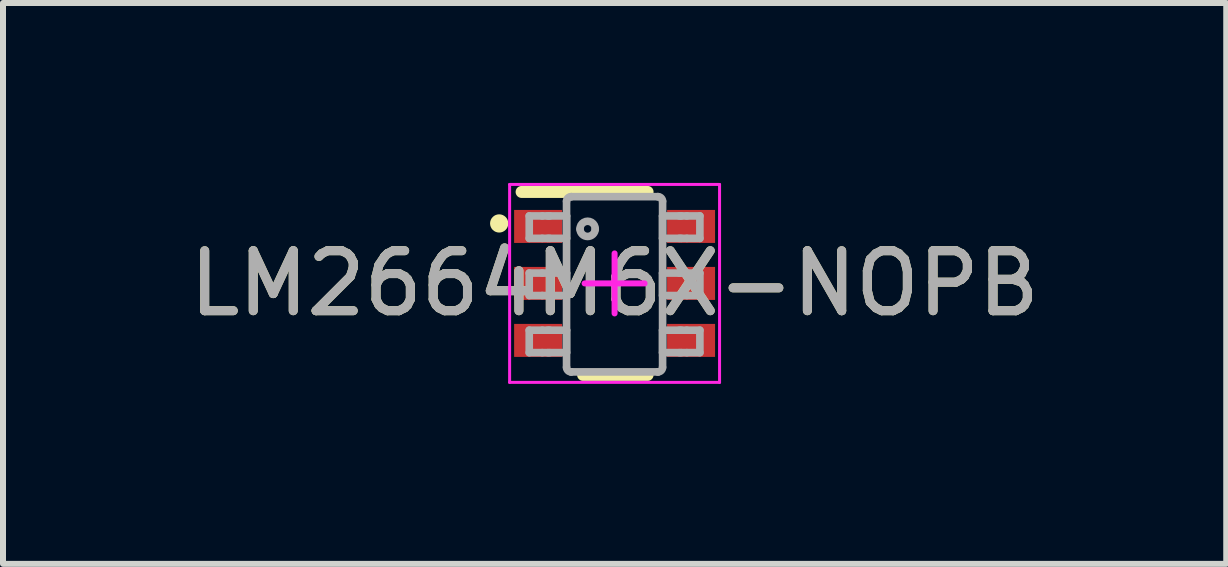
<source format=kicad_pcb>
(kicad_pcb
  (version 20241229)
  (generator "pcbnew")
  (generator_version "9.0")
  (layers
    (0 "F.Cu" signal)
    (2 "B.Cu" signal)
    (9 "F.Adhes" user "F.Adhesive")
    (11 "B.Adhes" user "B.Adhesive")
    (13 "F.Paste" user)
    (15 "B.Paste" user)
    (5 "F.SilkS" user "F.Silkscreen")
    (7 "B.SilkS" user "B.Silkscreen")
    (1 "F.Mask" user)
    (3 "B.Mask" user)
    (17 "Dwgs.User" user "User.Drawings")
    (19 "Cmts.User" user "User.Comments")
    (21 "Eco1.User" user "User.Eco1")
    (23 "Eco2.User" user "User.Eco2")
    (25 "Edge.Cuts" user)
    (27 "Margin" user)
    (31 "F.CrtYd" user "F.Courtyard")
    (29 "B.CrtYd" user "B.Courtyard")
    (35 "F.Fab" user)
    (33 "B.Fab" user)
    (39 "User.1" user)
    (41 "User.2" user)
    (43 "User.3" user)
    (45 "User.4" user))
  (footprint "LM2664M6X-NOPB"
    (layer "F.Cu")
    (at 7.196 1.675)
    (property "Reference" "LM2664M6X-NOPB" (at 0 0 0) (unlocked yes) (layer "F.SilkS") (effects (font (size 1 1) (thickness 0.15))))
    (attr smd)
    (fp_line (start -1.55 -1.525) (end 0.55 -1.525) (stroke (width 0.2) (type solid)) (layer "F.SilkS"))
    (fp_line (start -0.525 1.525) (end 0.55 1.525) (stroke (width 0.2) (type solid)) (layer "F.SilkS"))
    (fp_circle (center -1.924 -1) (end -1.848 -1) (stroke (width 0.152) (type solid)) (fill no) (layer "F.SilkS"))
    (fp_line (start -1.75 -1.65) (end 1.75 -1.65) (stroke (width 0.05) (type solid)) (layer "F.CrtYd"))
    (fp_line (start -1.75 1.65) (end -1.75 -1.65) (stroke (width 0.05) (type solid)) (layer "F.CrtYd"))
    (fp_line (start -1.75 1.65) (end 1.75 1.65) (stroke (width 0.05) (type solid)) (layer "F.CrtYd"))
    (fp_line (start -0.5 0) (end 0.5 0) (stroke (width 0.1) (type solid)) (layer "F.CrtYd"))
    (fp_line (start 0 0.5) (end 0 -0.5) (stroke (width 0.1) (type solid)) (layer "F.CrtYd"))
    (fp_line (start 1.75 1.65) (end 1.75 -1.65) (stroke (width 0.05) (type solid)) (layer "F.CrtYd"))
    (fp_line (start -1.423 -1.125) (end -1.206 -1.125) (stroke (width 0.127) (type solid)) (layer "F.Fab"))
    (fp_line (start -1.423 -0.751) (end -1.423 -1.125) (stroke (width 0.127) (type solid)) (layer "F.Fab"))
    (fp_line (start -1.423 -0.751) (end -1.206 -0.751) (stroke (width 0.127) (type solid)) (layer "F.Fab"))
    (fp_line (start -1.423 -0.173) (end -1.206 -0.173) (stroke (width 0.127) (type solid)) (layer "F.Fab"))
    (fp_line (start -1.423 0.202) (end -1.423 -0.173) (stroke (width 0.127) (type solid)) (layer "F.Fab"))
    (fp_line (start -1.423 0.202) (end -1.206 0.202) (stroke (width 0.127) (type solid)) (layer "F.Fab"))
    (fp_line (start -1.423 0.78) (end -1.206 0.78) (stroke (width 0.127) (type solid)) (layer "F.Fab"))
    (fp_line (start -1.423 1.154) (end -1.423 0.78) (stroke (width 0.127) (type solid)) (layer "F.Fab"))
    (fp_line (start -1.423 1.154) (end -1.206 1.154) (stroke (width 0.127) (type solid)) (layer "F.Fab"))
    (fp_line (start -1.206 -1.125) (end -1.113 -1.125) (stroke (width 0.127) (type solid)) (layer "F.Fab"))
    (fp_line (start -1.206 -0.751) (end -1.113 -0.751) (stroke (width 0.127) (type solid)) (layer "F.Fab"))
    (fp_line (start -1.206 -0.173) (end -1.113 -0.173) (stroke (width 0.127) (type solid)) (layer "F.Fab"))
    (fp_line (start -1.206 0.202) (end -1.113 0.202) (stroke (width 0.127) (type solid)) (layer "F.Fab"))
    (fp_line (start -1.206 0.78) (end -1.113 0.78) (stroke (width 0.127) (type solid)) (layer "F.Fab"))
    (fp_line (start -1.206 1.154) (end -1.113 1.154) (stroke (width 0.127) (type solid)) (layer "F.Fab"))
    (fp_line (start -1.113 -1.125) (end -1.081 -1.125) (stroke (width 0.127) (type solid)) (layer "F.Fab"))
    (fp_line (start -1.113 -0.751) (end -1.081 -0.751) (stroke (width 0.127) (type solid)) (layer "F.Fab"))
    (fp_line (start -1.113 -0.173) (end -1.081 -0.173) (stroke (width 0.127) (type solid)) (layer "F.Fab"))
    (fp_line (start -1.113 0.202) (end -1.081 0.202) (stroke (width 0.127) (type solid)) (layer "F.Fab"))
    (fp_line (start -1.113 0.78) (end -1.081 0.78) (stroke (width 0.127) (type solid)) (layer "F.Fab"))
    (fp_line (start -1.113 1.154) (end -1.081 1.154) (stroke (width 0.127) (type solid)) (layer "F.Fab"))
    (fp_line (start -1.081 -1.125) (end -0.828 -1.125) (stroke (width 0.127) (type solid)) (layer "F.Fab"))
    (fp_line (start -1.081 -0.751) (end -0.828 -0.751) (stroke (width 0.127) (type solid)) (layer "F.Fab"))
    (fp_line (start -1.081 -0.173) (end -0.828 -0.173) (stroke (width 0.127) (type solid)) (layer "F.Fab"))
    (fp_line (start -1.081 0.202) (end -0.828 0.202) (stroke (width 0.127) (type solid)) (layer "F.Fab"))
    (fp_line (start -1.081 0.78) (end -0.828 0.78) (stroke (width 0.127) (type solid)) (layer "F.Fab"))
    (fp_line (start -1.081 1.154) (end -0.828 1.154) (stroke (width 0.127) (type solid)) (layer "F.Fab"))
    (fp_line (start -0.828 -1.125) (end -0.801 -1.125) (stroke (width 0.127) (type solid)) (layer "F.Fab"))
    (fp_line (start -0.828 -0.751) (end -0.801 -0.751) (stroke (width 0.127) (type solid)) (layer "F.Fab"))
    (fp_line (start -0.828 -0.173) (end -0.801 -0.173) (stroke (width 0.127) (type solid)) (layer "F.Fab"))
    (fp_line (start -0.828 0.202) (end -0.801 0.202) (stroke (width 0.127) (type solid)) (layer "F.Fab"))
    (fp_line (start -0.828 0.78) (end -0.801 0.78) (stroke (width 0.127) (type solid)) (layer "F.Fab"))
    (fp_line (start -0.828 1.154) (end -0.801 1.154) (stroke (width 0.127) (type solid)) (layer "F.Fab"))
    (fp_line (start -0.801 -0.751) (end -0.801 -1.125) (stroke (width 0.127) (type solid)) (layer "F.Fab"))
    (fp_line (start -0.801 0.202) (end -0.801 -0.173) (stroke (width 0.127) (type solid)) (layer "F.Fab"))
    (fp_line (start -0.801 1.154) (end -0.801 0.78) (stroke (width 0.127) (type solid)) (layer "F.Fab"))
    (fp_line (start -0.801 1.399) (end -0.801 -1.37) (stroke (width 0.127) (type solid)) (layer "F.Fab"))
    (fp_line (start -0.725 -1.446) (end -0.724 -1.446) (stroke (width 0.127) (type solid)) (layer "F.Fab"))
    (fp_line (start -0.725 1.475) (end -0.724 1.475) (stroke (width 0.127) (type solid)) (layer "F.Fab"))
    (fp_line (start -0.724 -1.446) (end 0.723 -1.446) (stroke (width 0.127) (type solid)) (layer "F.Fab"))
    (fp_line (start -0.724 1.475) (end 0.723 1.475) (stroke (width 0.127) (type solid)) (layer "F.Fab"))
    (fp_line (start 0.723 -1.446) (end 0.724 -1.446) (stroke (width 0.127) (type solid)) (layer "F.Fab"))
    (fp_line (start 0.723 1.475) (end 0.724 1.475) (stroke (width 0.127) (type solid)) (layer "F.Fab"))
    (fp_line (start 0.8 -1.125) (end 0.827 -1.125) (stroke (width 0.127) (type solid)) (layer "F.Fab"))
    (fp_line (start 0.8 -0.751) (end 0.8 -1.125) (stroke (width 0.127) (type solid)) (layer "F.Fab"))
    (fp_line (start 0.8 -0.751) (end 0.827 -0.751) (stroke (width 0.127) (type solid)) (layer "F.Fab"))
    (fp_line (start 0.8 -0.173) (end 0.827 -0.173) (stroke (width 0.127) (type solid)) (layer "F.Fab"))
    (fp_line (start 0.8 0.202) (end 0.8 -0.173) (stroke (width 0.127) (type solid)) (layer "F.Fab"))
    (fp_line (start 0.8 0.202) (end 0.827 0.202) (stroke (width 0.127) (type solid)) (layer "F.Fab"))
    (fp_line (start 0.8 0.78) (end 0.827 0.78) (stroke (width 0.127) (type solid)) (layer "F.Fab"))
    (fp_line (start 0.8 1.154) (end 0.8 0.78) (stroke (width 0.127) (type solid)) (layer "F.Fab"))
    (fp_line (start 0.8 1.154) (end 0.827 1.154) (stroke (width 0.127) (type solid)) (layer "F.Fab"))
    (fp_line (start 0.8 1.399) (end 0.8 -1.37) (stroke (width 0.127) (type solid)) (layer "F.Fab"))
    (fp_line (start 0.827 -1.125) (end 1.08 -1.125) (stroke (width 0.127) (type solid)) (layer "F.Fab"))
    (fp_line (start 0.827 -0.751) (end 1.08 -0.751) (stroke (width 0.127) (type solid)) (layer "F.Fab"))
    (fp_line (start 0.827 -0.173) (end 1.08 -0.173) (stroke (width 0.127) (type solid)) (layer "F.Fab"))
    (fp_line (start 0.827 0.202) (end 1.08 0.202) (stroke (width 0.127) (type solid)) (layer "F.Fab"))
    (fp_line (start 0.827 0.78) (end 1.08 0.78) (stroke (width 0.127) (type solid)) (layer "F.Fab"))
    (fp_line (start 0.827 1.154) (end 1.08 1.154) (stroke (width 0.127) (type solid)) (layer "F.Fab"))
    (fp_line (start 1.08 -1.125) (end 1.112 -1.125) (stroke (width 0.127) (type solid)) (layer "F.Fab"))
    (fp_line (start 1.08 -0.751) (end 1.112 -0.751) (stroke (width 0.127) (type solid)) (layer "F.Fab"))
    (fp_line (start 1.08 -0.173) (end 1.112 -0.173) (stroke (width 0.127) (type solid)) (layer "F.Fab"))
    (fp_line (start 1.08 0.202) (end 1.112 0.202) (stroke (width 0.127) (type solid)) (layer "F.Fab"))
    (fp_line (start 1.08 0.78) (end 1.112 0.78) (stroke (width 0.127) (type solid)) (layer "F.Fab"))
    (fp_line (start 1.08 1.154) (end 1.112 1.154) (stroke (width 0.127) (type solid)) (layer "F.Fab"))
    (fp_line (start 1.112 -1.125) (end 1.205 -1.125) (stroke (width 0.127) (type solid)) (layer "F.Fab"))
    (fp_line (start 1.112 -0.751) (end 1.205 -0.751) (stroke (width 0.127) (type solid)) (layer "F.Fab"))
    (fp_line (start 1.112 -0.173) (end 1.205 -0.173) (stroke (width 0.127) (type solid)) (layer "F.Fab"))
    (fp_line (start 1.112 0.202) (end 1.205 0.202) (stroke (width 0.127) (type solid)) (layer "F.Fab"))
    (fp_line (start 1.112 0.78) (end 1.205 0.78) (stroke (width 0.127) (type solid)) (layer "F.Fab"))
    (fp_line (start 1.112 1.154) (end 1.205 1.154) (stroke (width 0.127) (type solid)) (layer "F.Fab"))
    (fp_line (start 1.205 -1.125) (end 1.422 -1.125) (stroke (width 0.127) (type solid)) (layer "F.Fab"))
    (fp_line (start 1.205 -0.751) (end 1.422 -0.751) (stroke (width 0.127) (type solid)) (layer "F.Fab"))
    (fp_line (start 1.205 -0.173) (end 1.422 -0.173) (stroke (width 0.127) (type solid)) (layer "F.Fab"))
    (fp_line (start 1.205 0.202) (end 1.422 0.202) (stroke (width 0.127) (type solid)) (layer "F.Fab"))
    (fp_line (start 1.205 0.78) (end 1.422 0.78) (stroke (width 0.127) (type solid)) (layer "F.Fab"))
    (fp_line (start 1.205 1.154) (end 1.422 1.154) (stroke (width 0.127) (type solid)) (layer "F.Fab"))
    (fp_line (start 1.422 -0.751) (end 1.422 -1.125) (stroke (width 0.127) (type solid)) (layer "F.Fab"))
    (fp_line (start 1.422 0.202) (end 1.422 -0.173) (stroke (width 0.127) (type solid)) (layer "F.Fab"))
    (fp_line (start 1.422 1.154) (end 1.422 0.78) (stroke (width 0.127) (type solid)) (layer "F.Fab"))
    (fp_arc (start -0.800692 -1.369901) (mid -0.778512 -1.423533) (end -0.724999 -1.446) (stroke (width 0.127) (type solid)) (layer "F.Fab"))
    (fp_arc (start -0.724999 1.475002) (mid -0.778507 1.452548) (end -0.800692 1.398928) (stroke (width 0.127) (type solid)) (layer "F.Fab"))
    (fp_arc (start -0.576537 -0.906071) (mid -0.449562 -1.033046) (end -0.322588 -0.906071) (stroke (width 0.127) (type solid)) (layer "F.Fab"))
    (fp_arc (start -0.322588 -0.906071) (mid -0.449562 -0.779097) (end -0.576537 -0.906071) (stroke (width 0.127) (type solid)) (layer "F.Fab"))
    (fp_arc (start 0.723841 -1.446) (mid 0.777341 -1.423528) (end 0.799508 -1.369901) (stroke (width 0.127) (type solid)) (layer "F.Fab"))
    (fp_arc (start 0.799508 1.398928) (mid 0.777336 1.452543) (end 0.723841 1.475002) (stroke (width 0.127) (type solid)) (layer "F.Fab"))
    (fp_text user "${REFERENCE}" (at 0 0 0) (unlocked yes) (layer "F.Fab") (effects (font (size 1 1) (thickness 0.15))))
    (pad "1" smd rect (at -1.275 -0.95 90) (size 0.55 0.8) (layers "F.Cu" "F.Mask" "F.Paste"))
    (pad "2" smd rect (at -1.275 0 90) (size 0.55 0.8) (layers "F.Cu" "F.Mask" "F.Paste"))
    (pad "3" smd rect (at -1.275 0.95 90) (size 0.55 0.8) (layers "F.Cu" "F.Mask" "F.Paste"))
    (pad "4" smd rect (at 1.275 0.95 90) (size 0.55 0.8) (layers "F.Cu" "F.Mask" "F.Paste"))
    (pad "5" smd rect (at 1.275 0 90) (size 0.55 0.8) (layers "F.Cu" "F.Mask" "F.Paste"))
    (pad "6" smd rect (at 1.275 -0.95 90) (size 0.55 0.8) (layers "F.Cu" "F.Mask" "F.Paste")))
  (gr_rect
    (start -3 -3)
    (end 17.393 6.35)
    (stroke (width 0.1) (type default))
    (fill no)
    (layer "Edge.Cuts")))
</source>
